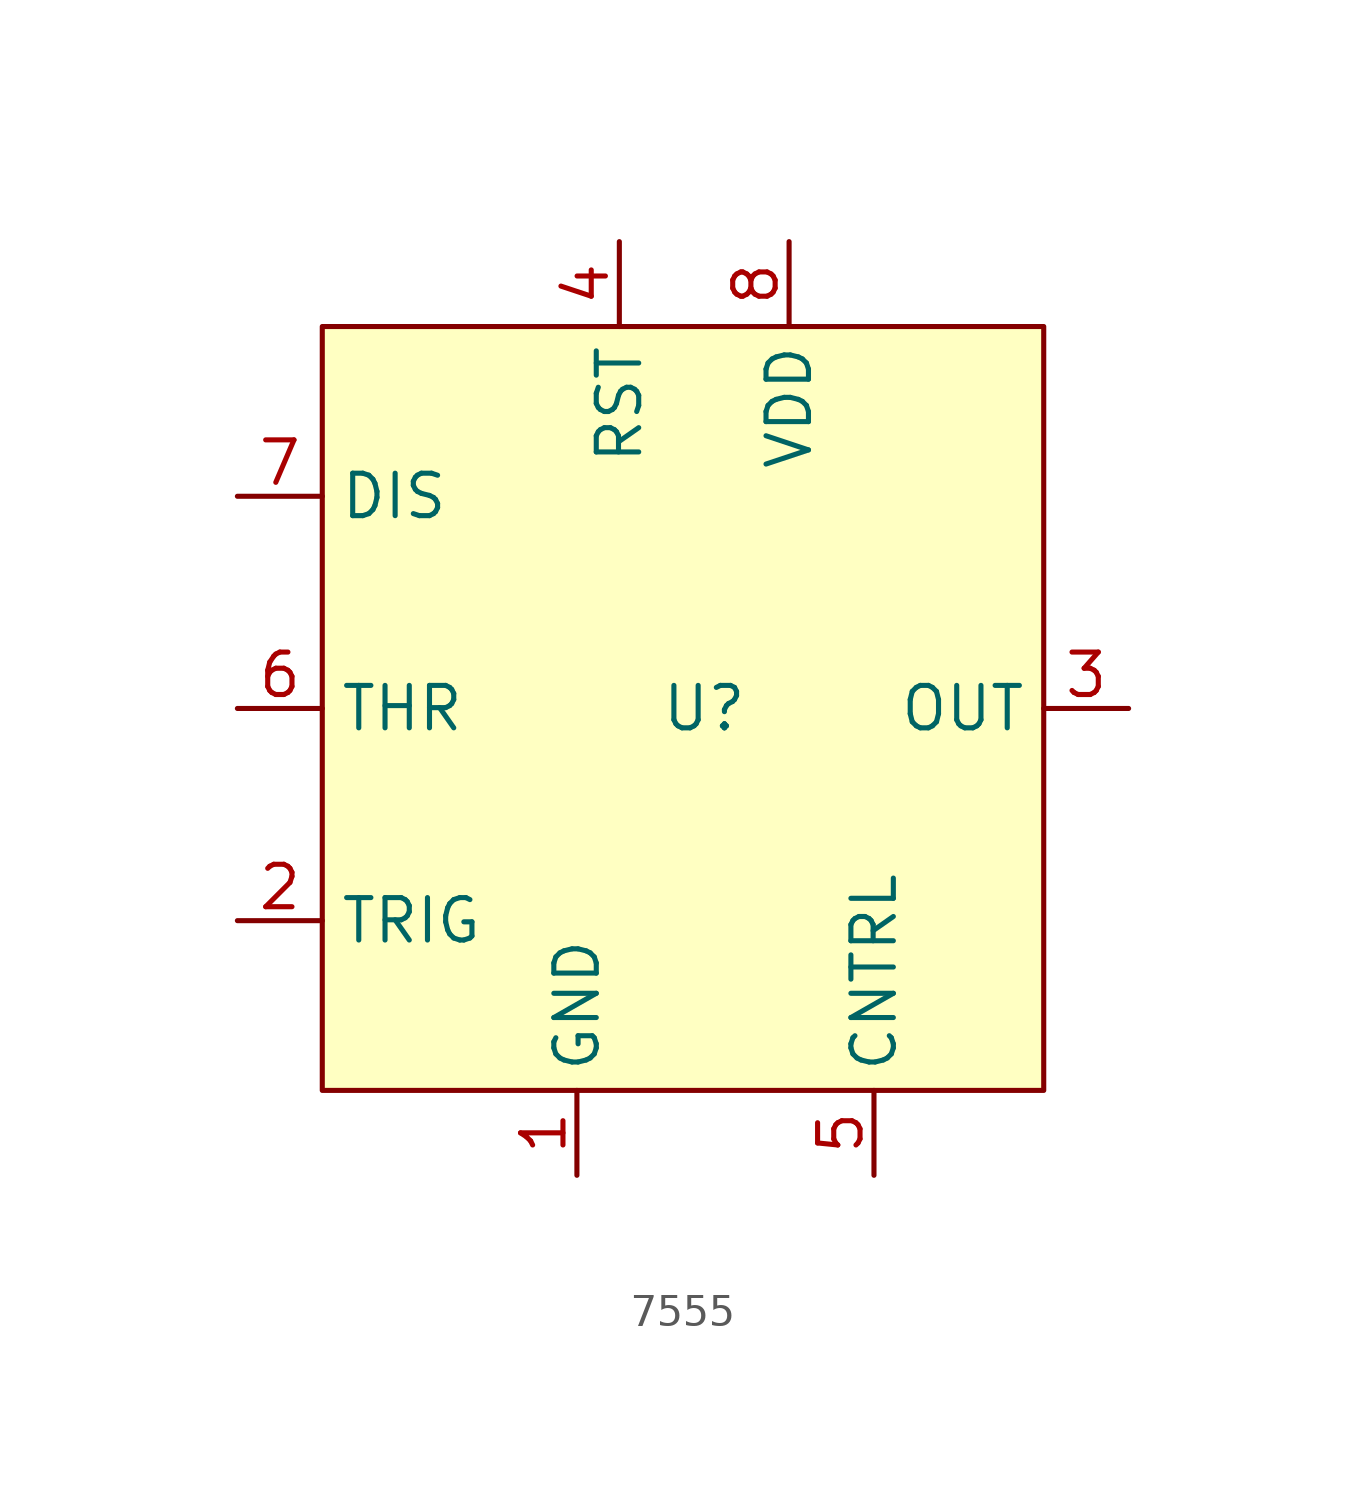
<source format=kicad_sym>
(kicad_symbol_lib
  (version 20241209)
  (generator "kicad_symbol_editor")
  (generator_version "9.0")
  (symbol "7555"
    (property "Reference" "U"
      (at 0 0 0)
      (effects (font (size 1.27 1.27))))
    (property "Value" ""
      (at 0 0 0)
      (effects (font (size 1.27 1.27))))
    (symbol "7555_1_1"
      (rectangle (start -11.43 11.43) (end 10.16 -11.43) (stroke (width 0) (type solid)) (fill (type background)))
      (pin input line (at -13.97 6.35 0) (length 2.54) (name "DIS" (effects (font (size 1.27 1.27)))) (number "7" (effects (font (size 1.27 1.27)))))
      (pin input line (at -13.97 0 0) (length 2.54) (name "THR" (effects (font (size 1.27 1.27)))) (number "6" (effects (font (size 1.27 1.27)))))
      (pin input line (at -13.97 -6.35 0) (length 2.54) (name "TRIG" (effects (font (size 1.27 1.27)))) (number "2" (effects (font (size 1.27 1.27)))))
      (pin input line (at -3.81 -13.97 90) (length 2.54) (name "GND" (effects (font (size 1.27 1.27)))) (number "1" (effects (font (size 1.27 1.27)))))
      (pin input line (at -2.54 13.97 270) (length 2.54) (name "RST" (effects (font (size 1.27 1.27)))) (number "4" (effects (font (size 1.27 1.27)))))
      (pin input line (at 2.54 13.97 270) (length 2.54) (name "VDD" (effects (font (size 1.27 1.27)))) (number "8" (effects (font (size 1.27 1.27)))))
      (pin input line (at 5.08 -13.97 90) (length 2.54) (name "CNTRL" (effects (font (size 1.27 1.27)))) (number "5" (effects (font (size 1.27 1.27)))))
      (pin input line (at 12.7 0 180) (length 2.54) (name "OUT" (effects (font (size 1.27 1.27)))) (number "3" (effects (font (size 1.27 1.27))))))))
</source>
